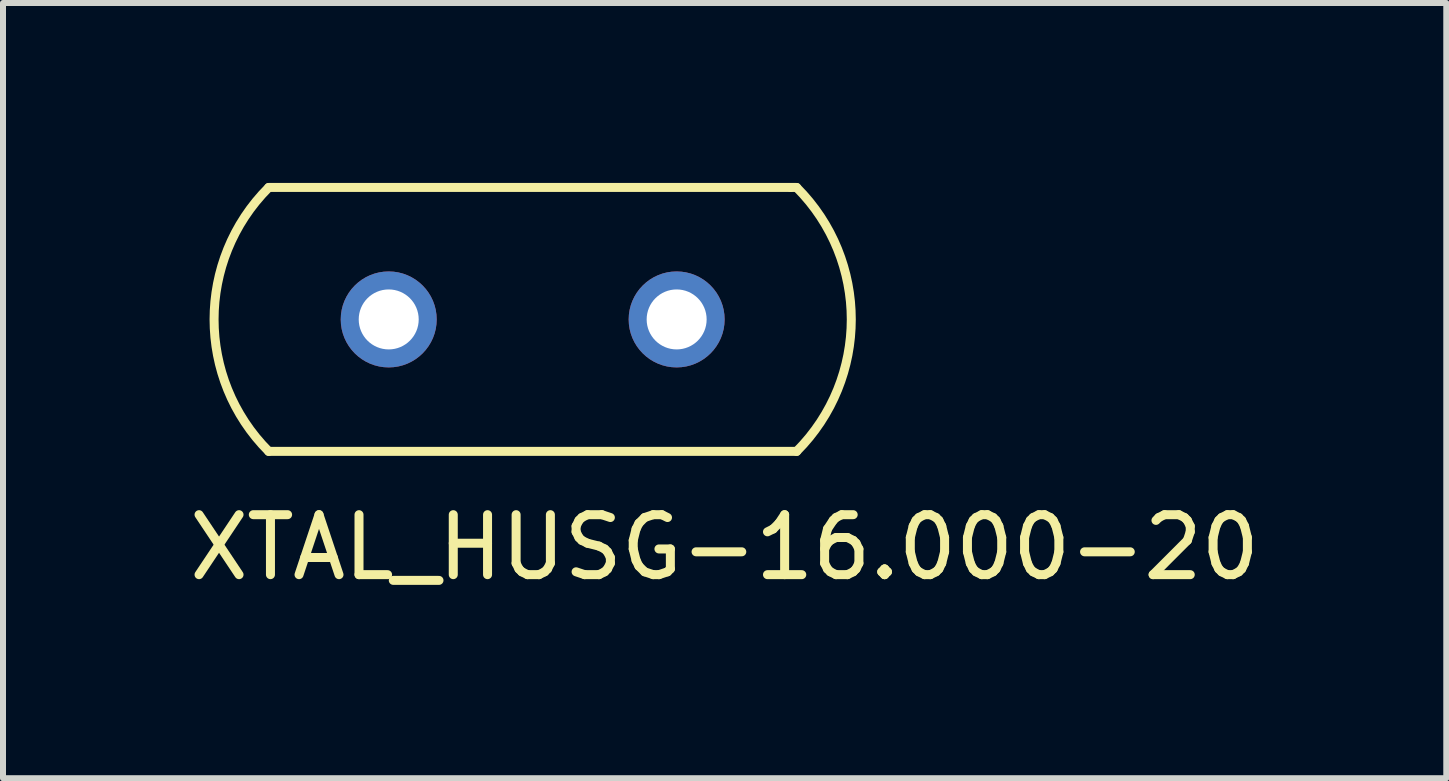
<source format=kicad_pcb>
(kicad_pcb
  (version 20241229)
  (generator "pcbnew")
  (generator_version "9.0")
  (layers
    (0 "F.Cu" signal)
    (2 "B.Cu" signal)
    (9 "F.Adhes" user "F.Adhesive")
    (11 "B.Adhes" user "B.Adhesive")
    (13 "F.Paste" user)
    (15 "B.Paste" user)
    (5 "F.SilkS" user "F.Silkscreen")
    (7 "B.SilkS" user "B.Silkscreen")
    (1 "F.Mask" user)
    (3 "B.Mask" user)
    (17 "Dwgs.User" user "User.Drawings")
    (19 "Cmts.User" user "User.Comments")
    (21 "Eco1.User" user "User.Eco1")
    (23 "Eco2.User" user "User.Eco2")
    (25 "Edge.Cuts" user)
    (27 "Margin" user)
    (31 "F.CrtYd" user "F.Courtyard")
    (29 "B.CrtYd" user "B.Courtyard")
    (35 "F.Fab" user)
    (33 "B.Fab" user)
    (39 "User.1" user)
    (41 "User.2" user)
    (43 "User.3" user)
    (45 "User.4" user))
  (footprint "XTAL_HUSG-16.000-20"
    (layer "F.Cu")
    (at 5.83 2.275)
    (property "Reference" "XTAL_HUSG-16.000-20" (at 3.2 3.8 0) (layer "F.SilkS") (effects (font (size 1 1) (thickness 0.15))))
    (attr through_hole)
    (fp_line (start -4.4 -2.2) (end 4.3 -2.2) (stroke (width 0.15) (type solid)) (layer "F.SilkS"))
    (fp_line (start -4.4 2.2) (end 4.4 2.2) (stroke (width 0.15) (type solid)) (layer "F.SilkS"))
    (fp_line (start 4.3 -2.2) (end 4.4 -2.2) (stroke (width 0.15) (type solid)) (layer "F.SilkS"))
    (fp_arc (start -4.4 2.2) (mid -5.31127 0) (end -4.4 -2.2) (stroke (width 0.15) (type solid)) (layer "F.SilkS"))
    (fp_arc (start 4.4 -2.2) (mid 5.31127 0) (end 4.4 2.2) (stroke (width 0.15) (type solid)) (layer "F.SilkS"))
    (pad "1" thru_hole circle (at -2.4 0) (size 1.6 1.6) (drill 1) (layers "*.Cu" "*.Mask"))
    (pad "2" thru_hole circle (at 2.4 0) (size 1.6 1.6) (drill 1) (layers "*.Cu" "*.Mask")))
  (gr_rect
    (start -3 -3)
    (end 21.06 9.923)
    (stroke (width 0.1) (type default))
    (fill no)
    (layer "Edge.Cuts")))
</source>
